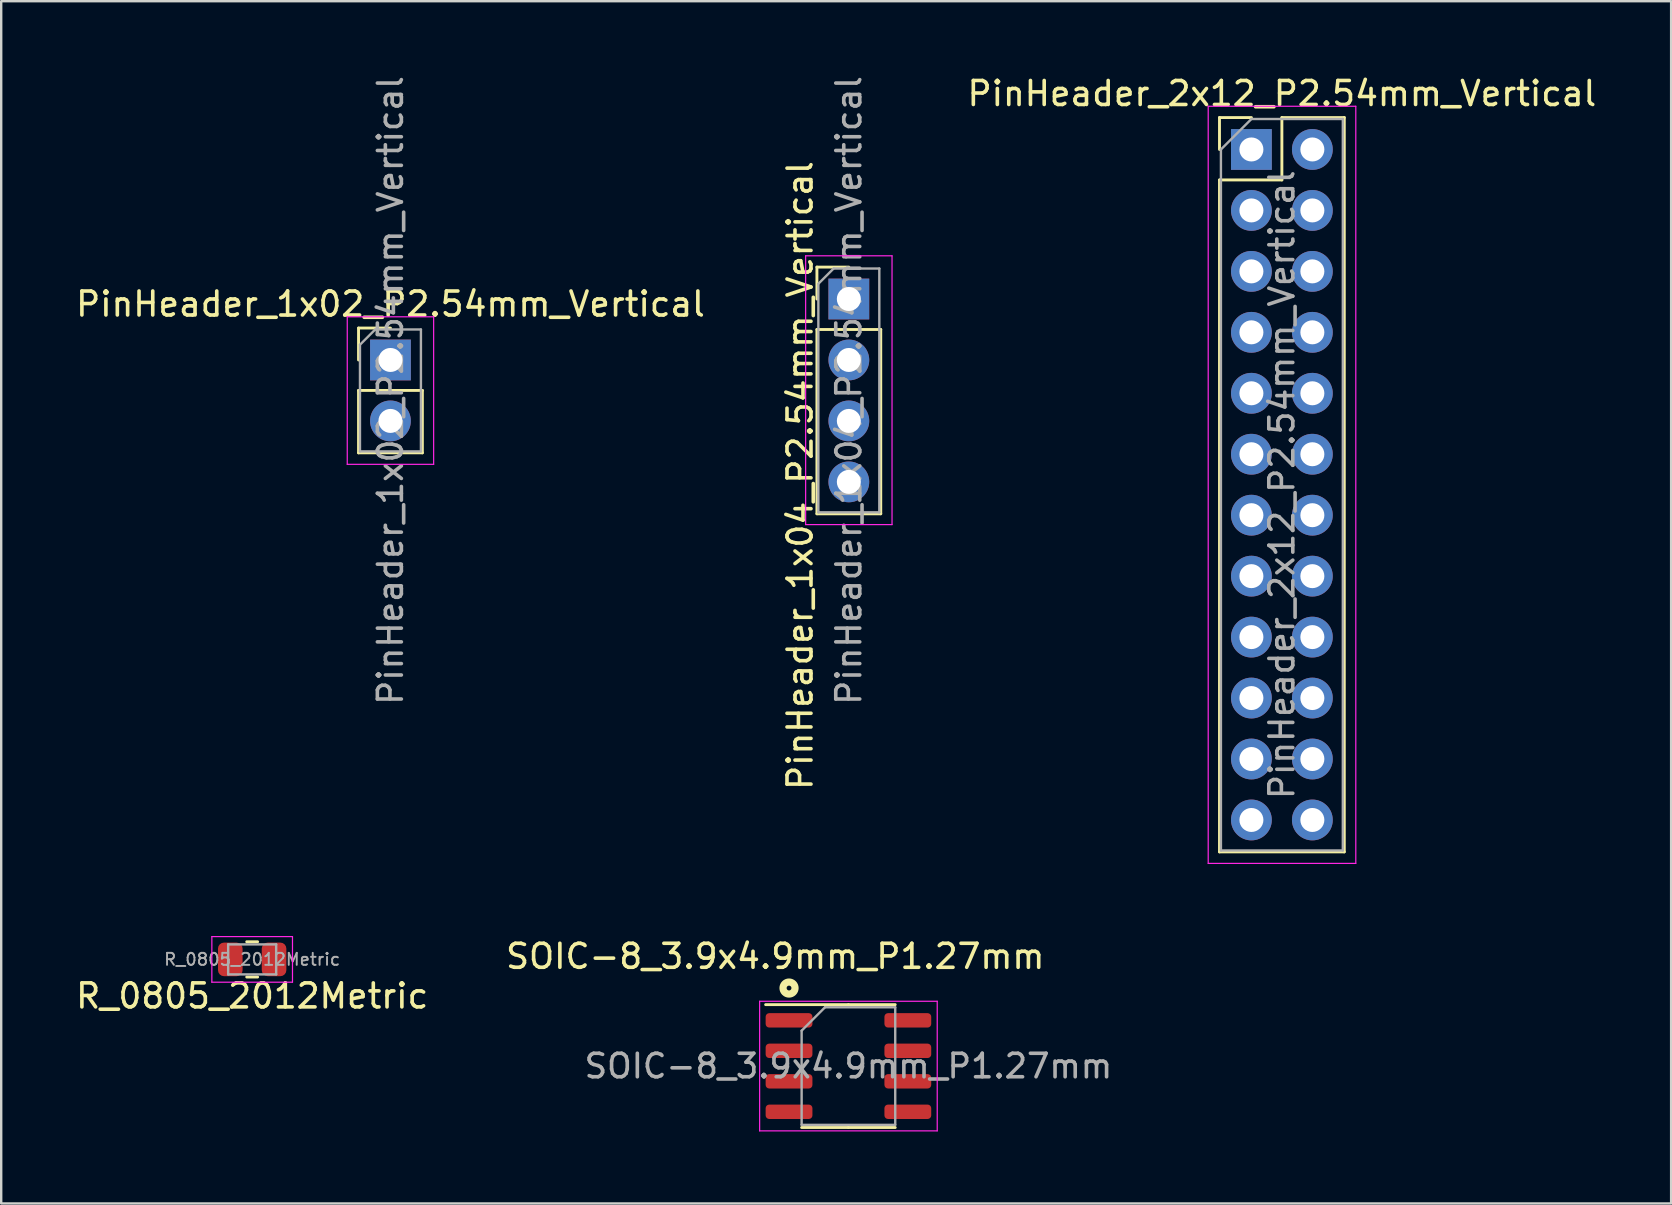
<source format=kicad_pcb>
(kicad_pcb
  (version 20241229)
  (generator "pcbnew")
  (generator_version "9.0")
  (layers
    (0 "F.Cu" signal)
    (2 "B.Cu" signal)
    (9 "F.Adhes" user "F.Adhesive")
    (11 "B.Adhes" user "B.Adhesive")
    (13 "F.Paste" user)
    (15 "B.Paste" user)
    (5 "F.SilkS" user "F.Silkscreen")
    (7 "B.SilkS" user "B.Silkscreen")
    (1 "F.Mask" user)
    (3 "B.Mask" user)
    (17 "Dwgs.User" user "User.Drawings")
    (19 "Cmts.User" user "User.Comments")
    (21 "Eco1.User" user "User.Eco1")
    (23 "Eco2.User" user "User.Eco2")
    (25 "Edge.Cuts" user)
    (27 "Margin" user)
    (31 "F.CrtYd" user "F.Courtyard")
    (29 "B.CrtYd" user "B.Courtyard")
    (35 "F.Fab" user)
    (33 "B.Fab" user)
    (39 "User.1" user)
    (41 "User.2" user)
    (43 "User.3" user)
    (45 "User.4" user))
  (footprint "PinHeader_1x02_P2.54mm_Vertical"
    (layer "F.Cu")
    (at 13.22 11.95)
    (property "Reference" "PinHeader_1x02_P2.54mm_Vertical" (at 0 -2.33 0) (layer "F.SilkS") (effects (font (size 1 1) (thickness 0.15))))
    (attr through_hole)
    (fp_line (start -1.33 -1.33) (end 0 -1.33) (stroke (width 0.12) (type solid)) (layer "F.SilkS"))
    (fp_line (start -1.33 0) (end -1.33 -1.33) (stroke (width 0.12) (type solid)) (layer "F.SilkS"))
    (fp_line (start -1.33 1.27) (end -1.33 3.87) (stroke (width 0.12) (type solid)) (layer "F.SilkS"))
    (fp_line (start -1.33 1.27) (end 1.33 1.27) (stroke (width 0.12) (type solid)) (layer "F.SilkS"))
    (fp_line (start -1.33 3.87) (end 1.33 3.87) (stroke (width 0.12) (type solid)) (layer "F.SilkS"))
    (fp_line (start 1.33 1.27) (end 1.33 3.87) (stroke (width 0.12) (type solid)) (layer "F.SilkS"))
    (fp_line (start -1.8 -1.8) (end -1.8 4.35) (stroke (width 0.05) (type solid)) (layer "F.CrtYd"))
    (fp_line (start -1.8 4.35) (end 1.8 4.35) (stroke (width 0.05) (type solid)) (layer "F.CrtYd"))
    (fp_line (start 1.8 -1.8) (end -1.8 -1.8) (stroke (width 0.05) (type solid)) (layer "F.CrtYd"))
    (fp_line (start 1.8 4.35) (end 1.8 -1.8) (stroke (width 0.05) (type solid)) (layer "F.CrtYd"))
    (fp_line (start -1.27 -0.635) (end -0.635 -1.27) (stroke (width 0.1) (type solid)) (layer "F.Fab"))
    (fp_line (start -1.27 3.81) (end -1.27 -0.635) (stroke (width 0.1) (type solid)) (layer "F.Fab"))
    (fp_line (start -0.635 -1.27) (end 1.27 -1.27) (stroke (width 0.1) (type solid)) (layer "F.Fab"))
    (fp_line (start 1.27 -1.27) (end 1.27 3.81) (stroke (width 0.1) (type solid)) (layer "F.Fab"))
    (fp_line (start 1.27 3.81) (end -1.27 3.81) (stroke (width 0.1) (type solid)) (layer "F.Fab"))
    (fp_text user "${REFERENCE}" (at 0 1.27 90) (layer "F.Fab") (effects (font (size 1 1) (thickness 0.15))))
    (pad "1" thru_hole rect (at 0 0) (size 1.7 1.7) (drill 1) (layers "*.Cu" "*.Mask"))
    (pad "2" thru_hole oval (at 0 2.54) (size 1.7 1.7) (drill 1) (layers "*.Cu" "*.Mask")))
  (footprint "PinHeader_2x12_P2.54mm_Vertical"
    (layer "F.Cu")
    (at 49.096 3.178)
    (property "Reference" "PinHeader_2x12_P2.54mm_Vertical" (at 1.27 -2.33 0) (layer "F.SilkS") (effects (font (size 1 1) (thickness 0.15))))
    (attr through_hole)
    (fp_line (start -1.33 -1.33) (end 0 -1.33) (stroke (width 0.12) (type solid)) (layer "F.SilkS"))
    (fp_line (start -1.33 0) (end -1.33 -1.33) (stroke (width 0.12) (type solid)) (layer "F.SilkS"))
    (fp_line (start -1.33 1.27) (end -1.33 29.27) (stroke (width 0.12) (type solid)) (layer "F.SilkS"))
    (fp_line (start -1.33 1.27) (end 1.27 1.27) (stroke (width 0.12) (type solid)) (layer "F.SilkS"))
    (fp_line (start -1.33 29.27) (end 3.87 29.27) (stroke (width 0.12) (type solid)) (layer "F.SilkS"))
    (fp_line (start 1.27 -1.33) (end 3.87 -1.33) (stroke (width 0.12) (type solid)) (layer "F.SilkS"))
    (fp_line (start 1.27 1.27) (end 1.27 -1.33) (stroke (width 0.12) (type solid)) (layer "F.SilkS"))
    (fp_line (start 3.87 -1.33) (end 3.87 29.27) (stroke (width 0.12) (type solid)) (layer "F.SilkS"))
    (fp_line (start -1.8 -1.8) (end -1.8 29.75) (stroke (width 0.05) (type solid)) (layer "F.CrtYd"))
    (fp_line (start -1.8 29.75) (end 4.35 29.75) (stroke (width 0.05) (type solid)) (layer "F.CrtYd"))
    (fp_line (start 4.35 -1.8) (end -1.8 -1.8) (stroke (width 0.05) (type solid)) (layer "F.CrtYd"))
    (fp_line (start 4.35 29.75) (end 4.35 -1.8) (stroke (width 0.05) (type solid)) (layer "F.CrtYd"))
    (fp_line (start -1.27 0) (end 0 -1.27) (stroke (width 0.1) (type solid)) (layer "F.Fab"))
    (fp_line (start -1.27 29.21) (end -1.27 0) (stroke (width 0.1) (type solid)) (layer "F.Fab"))
    (fp_line (start 0 -1.27) (end 3.81 -1.27) (stroke (width 0.1) (type solid)) (layer "F.Fab"))
    (fp_line (start 3.81 -1.27) (end 3.81 29.21) (stroke (width 0.1) (type solid)) (layer "F.Fab"))
    (fp_line (start 3.81 29.21) (end -1.27 29.21) (stroke (width 0.1) (type solid)) (layer "F.Fab"))
    (fp_text user "${REFERENCE}" (at 1.27 13.97 90) (layer "F.Fab") (effects (font (size 1 1) (thickness 0.15))))
    (pad "1" thru_hole rect (at 0 0) (size 1.7 1.7) (drill 1) (layers "*.Cu" "*.Mask"))
    (pad "2" thru_hole oval (at 2.54 0) (size 1.7 1.7) (drill 1) (layers "*.Cu" "*.Mask"))
    (pad "3" thru_hole oval (at 0 2.54) (size 1.7 1.7) (drill 1) (layers "*.Cu" "*.Mask"))
    (pad "4" thru_hole oval (at 2.54 2.54) (size 1.7 1.7) (drill 1) (layers "*.Cu" "*.Mask"))
    (pad "5" thru_hole oval (at 0 5.08) (size 1.7 1.7) (drill 1) (layers "*.Cu" "*.Mask"))
    (pad "6" thru_hole oval (at 2.54 5.08) (size 1.7 1.7) (drill 1) (layers "*.Cu" "*.Mask"))
    (pad "7" thru_hole oval (at 0 7.62) (size 1.7 1.7) (drill 1) (layers "*.Cu" "*.Mask"))
    (pad "8" thru_hole oval (at 2.54 7.62) (size 1.7 1.7) (drill 1) (layers "*.Cu" "*.Mask"))
    (pad "9" thru_hole oval (at 0 10.16) (size 1.7 1.7) (drill 1) (layers "*.Cu" "*.Mask"))
    (pad "10" thru_hole oval (at 2.54 10.16) (size 1.7 1.7) (drill 1) (layers "*.Cu" "*.Mask"))
    (pad "11" thru_hole oval (at 0 12.7) (size 1.7 1.7) (drill 1) (layers "*.Cu" "*.Mask"))
    (pad "12" thru_hole oval (at 2.54 12.7) (size 1.7 1.7) (drill 1) (layers "*.Cu" "*.Mask"))
    (pad "13" thru_hole oval (at 0 15.24) (size 1.7 1.7) (drill 1) (layers "*.Cu" "*.Mask"))
    (pad "14" thru_hole oval (at 2.54 15.24) (size 1.7 1.7) (drill 1) (layers "*.Cu" "*.Mask"))
    (pad "15" thru_hole oval (at 0 17.78) (size 1.7 1.7) (drill 1) (layers "*.Cu" "*.Mask"))
    (pad "16" thru_hole oval (at 2.54 17.78) (size 1.7 1.7) (drill 1) (layers "*.Cu" "*.Mask"))
    (pad "17" thru_hole oval (at 0 20.32) (size 1.7 1.7) (drill 1) (layers "*.Cu" "*.Mask"))
    (pad "18" thru_hole oval (at 2.54 20.32) (size 1.7 1.7) (drill 1) (layers "*.Cu" "*.Mask"))
    (pad "19" thru_hole oval (at 0 22.86) (size 1.7 1.7) (drill 1) (layers "*.Cu" "*.Mask"))
    (pad "20" thru_hole oval (at 2.54 22.86) (size 1.7 1.7) (drill 1) (layers "*.Cu" "*.Mask"))
    (pad "21" thru_hole oval (at 0 25.4) (size 1.7 1.7) (drill 1) (layers "*.Cu" "*.Mask"))
    (pad "22" thru_hole oval (at 2.54 25.4) (size 1.7 1.7) (drill 1) (layers "*.Cu" "*.Mask"))
    (pad "23" thru_hole oval (at 0 27.94) (size 1.7 1.7) (drill 1) (layers "*.Cu" "*.Mask"))
    (pad "24" thru_hole oval (at 2.54 27.94) (size 1.7 1.7) (drill 1) (layers "*.Cu" "*.Mask")))
  (footprint "R_0805_2012Metric"
    (layer "F.Cu")
    (at 7.458 36.928)
    (property "Reference" "R_0805_2012Metric" (at 0 1.524 180) (layer "F.SilkS") (effects (font (size 1 1) (thickness 0.15))))
    (attr smd)
    (fp_line (start -0.227 -0.735) (end 0.227 -0.735) (stroke (width 0.12) (type solid)) (layer "F.SilkS"))
    (fp_line (start -0.227 0.735) (end 0.227 0.735) (stroke (width 0.12) (type solid)) (layer "F.SilkS"))
    (fp_line (start -1.68 -0.95) (end 1.68 -0.95) (stroke (width 0.05) (type solid)) (layer "F.CrtYd"))
    (fp_line (start -1.68 0.95) (end -1.68 -0.95) (stroke (width 0.05) (type solid)) (layer "F.CrtYd"))
    (fp_line (start 1.68 -0.95) (end 1.68 0.95) (stroke (width 0.05) (type solid)) (layer "F.CrtYd"))
    (fp_line (start 1.68 0.95) (end -1.68 0.95) (stroke (width 0.05) (type solid)) (layer "F.CrtYd"))
    (fp_line (start -1 -0.625) (end 1 -0.625) (stroke (width 0.1) (type solid)) (layer "F.Fab"))
    (fp_line (start -1 0.625) (end -1 -0.625) (stroke (width 0.1) (type solid)) (layer "F.Fab"))
    (fp_line (start 1 -0.625) (end 1 0.625) (stroke (width 0.1) (type solid)) (layer "F.Fab"))
    (fp_line (start 1 0.625) (end -1 0.625) (stroke (width 0.1) (type solid)) (layer "F.Fab"))
    (fp_text user "${REFERENCE}" (at 0 0 180) (layer "F.Fab") (effects (font (size 0.5 0.5) (thickness 0.08))))
    (pad "1" smd roundrect (at -0.912 0) (size 1.025 1.4) (layers "F.Cu" "F.Mask" "F.Paste") (roundrect_rratio 0.244))
    (pad "2" smd roundrect (at 0.912 0) (size 1.025 1.4) (layers "F.Cu" "F.Mask" "F.Paste") (roundrect_rratio 0.244)))
  (footprint "PinHeader_1x04_P2.54mm_Vertical"
    (layer "F.Cu")
    (at 32.321 9.41)
    (property "Reference" "PinHeader_1x04_P2.54mm_Vertical" (at -2.032 7.356 270) (layer "F.SilkS") (effects (font (size 1 1) (thickness 0.15))))
    (attr through_hole)
    (fp_line (start -1.33 -1.33) (end 0 -1.33) (stroke (width 0.12) (type solid)) (layer "F.SilkS"))
    (fp_line (start -1.33 0) (end -1.33 -1.33) (stroke (width 0.12) (type solid)) (layer "F.SilkS"))
    (fp_line (start -1.33 1.27) (end -1.33 8.95) (stroke (width 0.12) (type solid)) (layer "F.SilkS"))
    (fp_line (start -1.33 1.27) (end 1.33 1.27) (stroke (width 0.12) (type solid)) (layer "F.SilkS"))
    (fp_line (start -1.33 8.95) (end 1.33 8.95) (stroke (width 0.12) (type solid)) (layer "F.SilkS"))
    (fp_line (start 1.33 1.27) (end 1.33 8.95) (stroke (width 0.12) (type solid)) (layer "F.SilkS"))
    (fp_line (start -1.8 -1.8) (end -1.8 9.4) (stroke (width 0.05) (type solid)) (layer "F.CrtYd"))
    (fp_line (start -1.8 9.4) (end 1.8 9.4) (stroke (width 0.05) (type solid)) (layer "F.CrtYd"))
    (fp_line (start 1.8 -1.8) (end -1.8 -1.8) (stroke (width 0.05) (type solid)) (layer "F.CrtYd"))
    (fp_line (start 1.8 9.4) (end 1.8 -1.8) (stroke (width 0.05) (type solid)) (layer "F.CrtYd"))
    (fp_line (start -1.27 -0.635) (end -0.635 -1.27) (stroke (width 0.1) (type solid)) (layer "F.Fab"))
    (fp_line (start -1.27 8.89) (end -1.27 -0.635) (stroke (width 0.1) (type solid)) (layer "F.Fab"))
    (fp_line (start -0.635 -1.27) (end 1.27 -1.27) (stroke (width 0.1) (type solid)) (layer "F.Fab"))
    (fp_line (start 1.27 -1.27) (end 1.27 8.89) (stroke (width 0.1) (type solid)) (layer "F.Fab"))
    (fp_line (start 1.27 8.89) (end -1.27 8.89) (stroke (width 0.1) (type solid)) (layer "F.Fab"))
    (fp_text user "${REFERENCE}" (at 0 3.81 90) (layer "F.Fab") (effects (font (size 1 1) (thickness 0.15))))
    (pad "1" thru_hole rect (at 0 0) (size 1.7 1.7) (drill 1) (layers "*.Cu" "*.Mask"))
    (pad "2" thru_hole oval (at 0 2.54) (size 1.7 1.7) (drill 1) (layers "*.Cu" "*.Mask"))
    (pad "3" thru_hole oval (at 0 5.08) (size 1.7 1.7) (drill 1) (layers "*.Cu" "*.Mask"))
    (pad "4" thru_hole oval (at 0 7.62) (size 1.7 1.7) (drill 1) (layers "*.Cu" "*.Mask")))
  (footprint "SOIC-8_3.9x4.9mm_P1.27mm"
    (layer "F.Cu")
    (at 32.304 41.373)
    (property "Reference" "SOIC-8_3.9x4.9mm_P1.27mm" (at -3.048 -4.572 180) (layer "F.SilkS") (effects (font (size 1 1) (thickness 0.15))))
    (attr smd)
    (fp_line (start 0 -2.56) (end -3.45 -2.56) (stroke (width 0.12) (type solid)) (layer "F.SilkS"))
    (fp_line (start 0 -2.56) (end 1.95 -2.56) (stroke (width 0.12) (type solid)) (layer "F.SilkS"))
    (fp_line (start 0 2.56) (end -1.95 2.56) (stroke (width 0.12) (type solid)) (layer "F.SilkS"))
    (fp_line (start 0 2.56) (end 1.95 2.56) (stroke (width 0.12) (type solid)) (layer "F.SilkS"))
    (fp_circle (center -2.475 -3.251) (end -2.375 -3.251) (stroke (width 0.3) (type solid)) (fill no) (layer "F.SilkS"))
    (fp_line (start -3.7 -2.7) (end -3.7 2.7) (stroke (width 0.05) (type solid)) (layer "F.CrtYd"))
    (fp_line (start -3.7 2.7) (end 3.7 2.7) (stroke (width 0.05) (type solid)) (layer "F.CrtYd"))
    (fp_line (start 3.7 -2.7) (end -3.7 -2.7) (stroke (width 0.05) (type solid)) (layer "F.CrtYd"))
    (fp_line (start 3.7 2.7) (end 3.7 -2.7) (stroke (width 0.05) (type solid)) (layer "F.CrtYd"))
    (fp_line (start -1.95 -1.475) (end -0.975 -2.45) (stroke (width 0.1) (type solid)) (layer "F.Fab"))
    (fp_line (start -1.95 2.45) (end -1.95 -1.475) (stroke (width 0.1) (type solid)) (layer "F.Fab"))
    (fp_line (start -0.975 -2.45) (end 1.95 -2.45) (stroke (width 0.1) (type solid)) (layer "F.Fab"))
    (fp_line (start 1.95 -2.45) (end 1.95 2.45) (stroke (width 0.1) (type solid)) (layer "F.Fab"))
    (fp_line (start 1.95 2.45) (end -1.95 2.45) (stroke (width 0.1) (type solid)) (layer "F.Fab"))
    (fp_text user "${REFERENCE}" (at 0 0 180) (layer "F.Fab") (effects (font (size 0.98 0.98) (thickness 0.15))))
    (pad "1" smd roundrect (at -2.475 -1.905) (size 1.95 0.6) (layers "F.Cu" "F.Mask" "F.Paste") (roundrect_rratio 0.25))
    (pad "2" smd roundrect (at -2.475 -0.635) (size 1.95 0.6) (layers "F.Cu" "F.Mask" "F.Paste") (roundrect_rratio 0.25))
    (pad "3" smd roundrect (at -2.475 0.635) (size 1.95 0.6) (layers "F.Cu" "F.Mask" "F.Paste") (roundrect_rratio 0.25))
    (pad "4" smd roundrect (at -2.475 1.905) (size 1.95 0.6) (layers "F.Cu" "F.Mask" "F.Paste") (roundrect_rratio 0.25))
    (pad "5" smd roundrect (at 2.475 1.905) (size 1.95 0.6) (layers "F.Cu" "F.Mask" "F.Paste") (roundrect_rratio 0.25))
    (pad "6" smd roundrect (at 2.475 0.635) (size 1.95 0.6) (layers "F.Cu" "F.Mask" "F.Paste") (roundrect_rratio 0.25))
    (pad "7" smd roundrect (at 2.475 -0.635) (size 1.95 0.6) (layers "F.Cu" "F.Mask" "F.Paste") (roundrect_rratio 0.25))
    (pad "8" smd roundrect (at 2.475 -1.905) (size 1.95 0.6) (layers "F.Cu" "F.Mask" "F.Paste") (roundrect_rratio 0.25)))
  (gr_rect
    (start -3 -3)
    (end 66.586 47.099)
    (stroke (width 0.1) (type default))
    (fill no)
    (layer "Edge.Cuts")))
</source>
